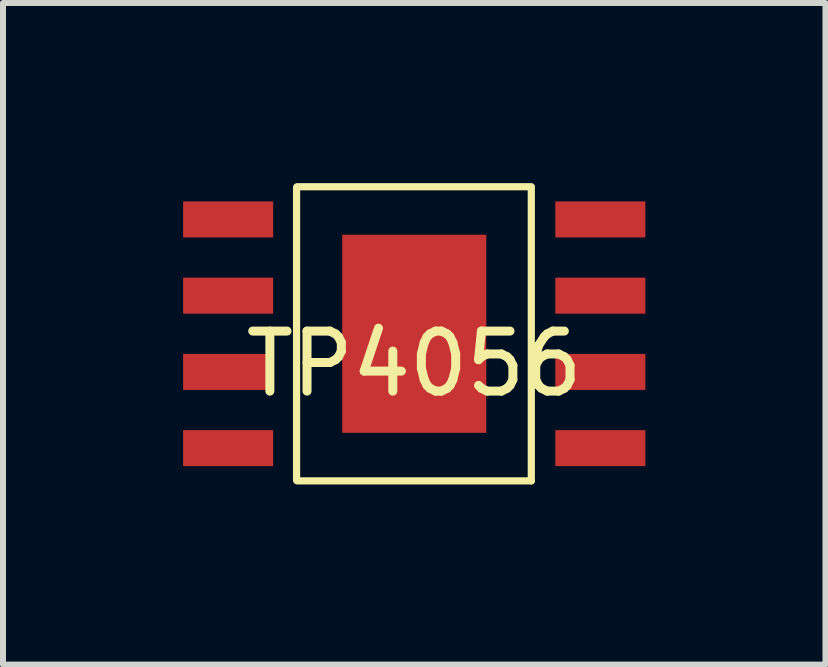
<source format=kicad_pcb>
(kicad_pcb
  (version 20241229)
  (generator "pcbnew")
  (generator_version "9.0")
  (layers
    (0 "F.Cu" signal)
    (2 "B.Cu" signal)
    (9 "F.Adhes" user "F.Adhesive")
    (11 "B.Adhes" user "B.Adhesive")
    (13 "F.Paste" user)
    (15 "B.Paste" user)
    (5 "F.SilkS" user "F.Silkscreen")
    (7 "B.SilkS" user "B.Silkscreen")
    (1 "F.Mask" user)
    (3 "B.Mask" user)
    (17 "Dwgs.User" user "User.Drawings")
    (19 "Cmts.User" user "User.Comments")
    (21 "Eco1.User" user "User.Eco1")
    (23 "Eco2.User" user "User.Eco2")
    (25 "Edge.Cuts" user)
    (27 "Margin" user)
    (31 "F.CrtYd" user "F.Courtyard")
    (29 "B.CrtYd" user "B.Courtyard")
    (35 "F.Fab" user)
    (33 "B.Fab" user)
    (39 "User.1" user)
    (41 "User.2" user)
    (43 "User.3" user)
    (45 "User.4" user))
  (footprint "TP4056"
    (layer "F.Cu")
    (at 3.85 2.51)
    (property "Reference" "TP4056" (at 0 0.5 0) (layer "F.SilkS") (effects (font (size 1 1) (thickness 0.15))))
    (attr smd)
    (fp_line (start -1.96 -2.44) (end -1.96 2.44) (stroke (width 0.12) (type solid)) (layer "F.SilkS"))
    (fp_line (start -1.95 -2.45) (end 1.95 -2.45) (stroke (width 0.12) (type solid)) (layer "F.SilkS"))
    (fp_line (start -1.95 2.45) (end 1.95 2.45) (stroke (width 0.12) (type solid)) (layer "F.SilkS"))
    (fp_line (start 1.95 -2.43) (end 1.95 2.45) (stroke (width 0.12) (type solid)) (layer "F.SilkS"))
    (pad "1" smd rect (at -3.1 -1.905) (size 1.5 0.6) (layers "F.Cu" "F.Mask" "F.Paste"))
    (pad "2" smd rect (at -3.1 -0.635) (size 1.5 0.6) (layers "F.Cu" "F.Mask" "F.Paste"))
    (pad "3" smd rect (at -3.1 0.635) (size 1.5 0.6) (layers "F.Cu" "F.Mask" "F.Paste"))
    (pad "4" smd rect (at -3.1 1.905) (size 1.5 0.6) (layers "F.Cu" "F.Mask" "F.Paste"))
    (pad "5" smd rect (at 3.1 1.905) (size 1.5 0.6) (layers "F.Cu" "F.Mask" "F.Paste"))
    (pad "6" smd rect (at 3.1 0.635) (size 1.5 0.6) (layers "F.Cu" "F.Mask" "F.Paste"))
    (pad "7" smd rect (at 3.1 -0.635) (size 1.5 0.6) (layers "F.Cu" "F.Mask" "F.Paste"))
    (pad "8" smd rect (at 3.1 -1.905) (size 1.5 0.6) (layers "F.Cu" "F.Mask" "F.Paste"))
    (pad "9" smd rect (at 0 0) (size 2.4 3.3) (layers "F.Cu" "F.Mask" "F.Paste")))
  (gr_rect
    (start -3 -3)
    (end 10.7 8.02)
    (stroke (width 0.1) (type default))
    (fill no)
    (layer "Edge.Cuts")))
</source>
